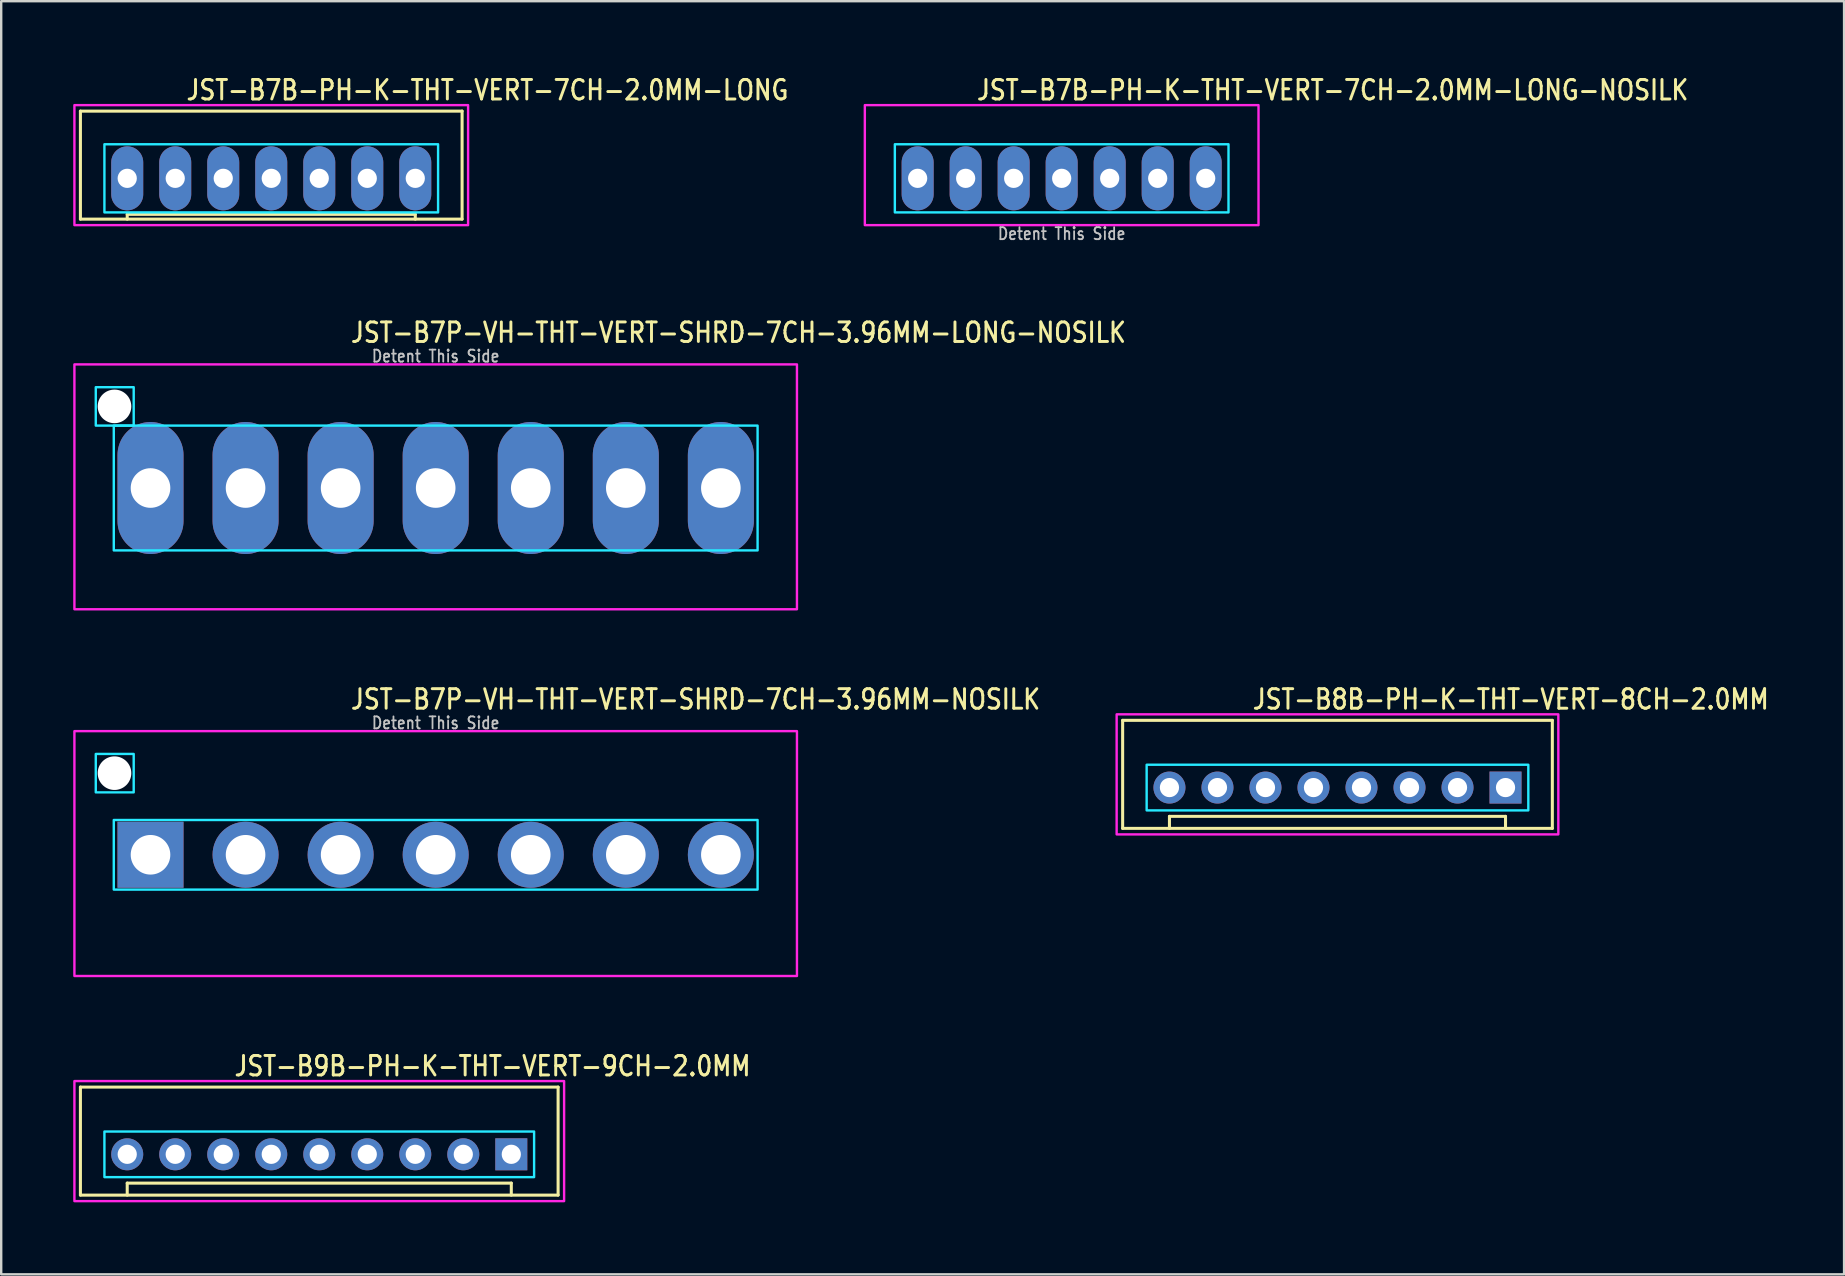
<source format=kicad_pcb>
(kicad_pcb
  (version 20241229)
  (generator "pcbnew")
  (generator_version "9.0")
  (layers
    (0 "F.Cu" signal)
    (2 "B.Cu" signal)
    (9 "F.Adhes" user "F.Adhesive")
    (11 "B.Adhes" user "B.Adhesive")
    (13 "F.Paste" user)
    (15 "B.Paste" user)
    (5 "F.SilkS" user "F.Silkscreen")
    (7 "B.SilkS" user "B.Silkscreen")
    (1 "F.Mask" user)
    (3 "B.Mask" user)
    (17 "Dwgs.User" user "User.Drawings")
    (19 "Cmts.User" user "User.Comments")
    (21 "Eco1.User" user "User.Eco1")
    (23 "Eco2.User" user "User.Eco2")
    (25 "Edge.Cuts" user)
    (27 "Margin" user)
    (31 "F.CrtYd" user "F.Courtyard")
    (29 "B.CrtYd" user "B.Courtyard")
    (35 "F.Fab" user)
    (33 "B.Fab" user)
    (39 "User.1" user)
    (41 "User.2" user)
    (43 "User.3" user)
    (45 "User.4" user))
  (footprint "JST-B7B-PH-K-THT-VERT-7CH-2.0MM-LONG"
    (layer "F.Cu")
    (at 8.25 4.379)
    (property "Reference" "JST-B7B-PH-K-THT-VERT-7CH-2.0MM-LONG" (at -3.6 -3.2 0) (unlocked yes) (layer "F.SilkS") (effects (font (size 0.813 0.695) (thickness 0.122)) (justify left bottom)))
    (fp_line (start -7.95 -2.8) (end -7.95 1.7) (stroke (width 0.127) (type solid)) (layer "F.SilkS"))
    (fp_line (start -7.95 -2.8) (end 7.95 -2.8) (stroke (width 0.127) (type solid)) (layer "F.SilkS"))
    (fp_line (start -7.95 1.7) (end 7.95 1.7) (stroke (width 0.127) (type solid)) (layer "F.SilkS"))
    (fp_line (start -6 1.7) (end -6 1.5) (stroke (width 0.127) (type solid)) (layer "F.SilkS"))
    (fp_line (start 6 1.5) (end -6 1.5) (stroke (width 0.127) (type solid)) (layer "F.SilkS"))
    (fp_line (start 6 1.7) (end 6 1.5) (stroke (width 0.127) (type solid)) (layer "F.SilkS"))
    (fp_line (start 7.95 1.7) (end 7.95 -2.8) (stroke (width 0.127) (type solid)) (layer "F.SilkS"))
    (fp_poly (pts (xy -6.95 -1.42) (xy -6.95 1.42) (xy 6.95 1.42) (xy 6.95 -1.42)) (stroke (width 0.1) (type solid)) (fill no) (layer "B.CrtYd"))
    (fp_poly (pts (xy -8.2 1.95) (xy -8.2 -3.05) (xy 8.2 -3.05) (xy 8.2 1.95)) (stroke (width 0.1) (type solid)) (fill no) (layer "F.CrtYd"))
    (pad "P$1" thru_hole oval (at 6 0 90) (size 2.667 1.333) (drill 0.8) (layers "*.Cu" "*.Mask"))
    (pad "P$2" thru_hole oval (at 4 0 90) (size 2.667 1.333) (drill 0.8) (layers "*.Cu" "*.Mask"))
    (pad "P$3" thru_hole oval (at 2 0 90) (size 2.667 1.333) (drill 0.8) (layers "*.Cu" "*.Mask"))
    (pad "P$4" thru_hole oval (at 0 0 90) (size 2.667 1.333) (drill 0.8) (layers "*.Cu" "*.Mask"))
    (pad "P$5" thru_hole oval (at -2 0 90) (size 2.667 1.333) (drill 0.8) (layers "*.Cu" "*.Mask"))
    (pad "P$6" thru_hole oval (at -4 0 90) (size 2.667 1.333) (drill 0.8) (layers "*.Cu" "*.Mask"))
    (pad "P$7" thru_hole oval (at -6 0 90) (size 2.667 1.333) (drill 0.8) (layers "*.Cu" "*.Mask")))
  (footprint "JST-B7P-VH-THT-VERT-SHRD-7CH-3.96MM-NOSILK"
    (layer "F.Cu")
    (at 15.1 32.559)
    (property "Reference" "JST-B7P-VH-THT-VERT-SHRD-7CH-3.96MM-NOSILK" (at -3.6 -6 0) (unlocked yes) (layer "F.SilkS") (effects (font (size 0.813 0.695) (thickness 0.122)) (justify left bottom)))
    (fp_poly (pts (xy -13.41 -1.45) (xy -13.41 1.45) (xy 13.41 1.45) (xy 13.41 -1.45)) (stroke (width 0.1) (type solid)) (fill no) (layer "B.CrtYd"))
    (fp_poly (pts (xy -12.58 -4.2) (xy -12.58 -2.6) (xy -14.16 -2.6) (xy -14.16 -4.2)) (stroke (width 0.1) (type solid)) (fill no) (layer "B.CrtYd"))
    (fp_poly (pts (xy -15.05 -5.15) (xy -15.05 5.05) (xy 15.05 5.05) (xy 15.05 -5.15)) (stroke (width 0.1) (type solid)) (fill no) (layer "F.CrtYd"))
    (fp_text user "Detent This Side" (at 0 -5.2 0) (unlocked yes) (layer "Dwgs.User") (effects (font (size 0.5 0.427) (thickness 0.075)) (justify bottom)))
    (pad "" np_thru_hole circle (at -13.38 -3.4) (size 1.4 1.4) (drill 1.4) (layers "*.Cu" "*.Mask"))
    (pad "P$1" thru_hole rect (at -11.88 0) (size 2.75 2.75) (drill 1.65) (layers "*.Cu" "*.Mask"))
    (pad "P$2" thru_hole oval (at -7.92 0) (size 2.75 2.75) (drill 1.65) (layers "*.Cu" "*.Mask"))
    (pad "P$3" thru_hole oval (at -3.96 0) (size 2.75 2.75) (drill 1.65) (layers "*.Cu" "*.Mask"))
    (pad "P$4" thru_hole oval (at 0 0) (size 2.75 2.75) (drill 1.65) (layers "*.Cu" "*.Mask"))
    (pad "P$5" thru_hole oval (at 3.96 0) (size 2.75 2.75) (drill 1.65) (layers "*.Cu" "*.Mask"))
    (pad "P$6" thru_hole oval (at 7.92 0) (size 2.75 2.75) (drill 1.65) (layers "*.Cu" "*.Mask"))
    (pad "P$7" thru_hole oval (at 11.88 0) (size 2.75 2.75) (drill 1.65) (layers "*.Cu" "*.Mask")))
  (footprint "JST-B9B-PH-K-THT-VERT-9CH-2.0MM"
    (layer "F.Cu")
    (at 10.25 45.037)
    (property "Reference" "JST-B9B-PH-K-THT-VERT-9CH-2.0MM" (at -3.6 -3.2 0) (unlocked yes) (layer "F.SilkS") (effects (font (size 0.813 0.695) (thickness 0.122)) (justify left bottom)))
    (fp_line (start -9.95 -2.8) (end -9.95 1.7) (stroke (width 0.127) (type solid)) (layer "F.SilkS"))
    (fp_line (start -9.95 -2.8) (end 9.95 -2.8) (stroke (width 0.127) (type solid)) (layer "F.SilkS"))
    (fp_line (start -9.95 1.7) (end 9.95 1.7) (stroke (width 0.127) (type solid)) (layer "F.SilkS"))
    (fp_line (start -8 1.7) (end -8 1.2) (stroke (width 0.127) (type solid)) (layer "F.SilkS"))
    (fp_line (start 8 1.2) (end -8 1.2) (stroke (width 0.127) (type solid)) (layer "F.SilkS"))
    (fp_line (start 8 1.7) (end 8 1.2) (stroke (width 0.127) (type solid)) (layer "F.SilkS"))
    (fp_line (start 9.95 1.7) (end 9.95 -2.8) (stroke (width 0.127) (type solid)) (layer "F.SilkS"))
    (fp_poly (pts (xy -8.95 -0.95) (xy -8.95 0.95) (xy 8.95 0.95) (xy 8.95 -0.95)) (stroke (width 0.1) (type solid)) (fill no) (layer "B.CrtYd"))
    (fp_poly (pts (xy -10.2 1.95) (xy -10.2 -3.05) (xy 10.2 -3.05) (xy 10.2 1.95)) (stroke (width 0.1) (type solid)) (fill no) (layer "F.CrtYd"))
    (pad "P$1" thru_hole rect (at 8 0) (size 1.333 1.333) (drill 0.8) (layers "*.Cu" "*.Mask"))
    (pad "P$2" thru_hole oval (at 6 0) (size 1.333 1.333) (drill 0.8) (layers "*.Cu" "*.Mask"))
    (pad "P$3" thru_hole oval (at 4 0) (size 1.333 1.333) (drill 0.8) (layers "*.Cu" "*.Mask"))
    (pad "P$4" thru_hole oval (at 2 0) (size 1.333 1.333) (drill 0.8) (layers "*.Cu" "*.Mask"))
    (pad "P$5" thru_hole oval (at 0 0) (size 1.333 1.333) (drill 0.8) (layers "*.Cu" "*.Mask"))
    (pad "P$6" thru_hole oval (at -2 0) (size 1.333 1.333) (drill 0.8) (layers "*.Cu" "*.Mask"))
    (pad "P$7" thru_hole oval (at -4 0) (size 1.333 1.333) (drill 0.8) (layers "*.Cu" "*.Mask"))
    (pad "P$8" thru_hole oval (at -6 0) (size 1.333 1.333) (drill 0.8) (layers "*.Cu" "*.Mask"))
    (pad "P$9" thru_hole oval (at -8 0) (size 1.333 1.333) (drill 0.8) (layers "*.Cu" "*.Mask")))
  (footprint "JST-B7B-PH-K-THT-VERT-7CH-2.0MM-LONG-NOSILK"
    (layer "F.Cu")
    (at 41.178 4.379)
    (property "Reference" "JST-B7B-PH-K-THT-VERT-7CH-2.0MM-LONG-NOSILK" (at -3.6 -3.2 0) (unlocked yes) (layer "F.SilkS") (effects (font (size 0.813 0.695) (thickness 0.122)) (justify left bottom)))
    (fp_poly (pts (xy -6.95 -1.42) (xy -6.95 1.42) (xy 6.95 1.42) (xy 6.95 -1.42)) (stroke (width 0.1) (type solid)) (fill no) (layer "B.CrtYd"))
    (fp_poly (pts (xy -8.2 1.95) (xy -8.2 -3.05) (xy 8.2 -3.05) (xy 8.2 1.95)) (stroke (width 0.1) (type solid)) (fill no) (layer "F.CrtYd"))
    (fp_text user "Detent This Side" (at 0 2.6 0) (unlocked yes) (layer "Dwgs.User") (effects (font (size 0.5 0.427) (thickness 0.075)) (justify bottom)))
    (pad "P$1" thru_hole oval (at 6 0 90) (size 2.667 1.333) (drill 0.8) (layers "*.Cu" "*.Mask"))
    (pad "P$2" thru_hole oval (at 4 0 90) (size 2.667 1.333) (drill 0.8) (layers "*.Cu" "*.Mask"))
    (pad "P$3" thru_hole oval (at 2 0 90) (size 2.667 1.333) (drill 0.8) (layers "*.Cu" "*.Mask"))
    (pad "P$4" thru_hole oval (at 0 0 90) (size 2.667 1.333) (drill 0.8) (layers "*.Cu" "*.Mask"))
    (pad "P$5" thru_hole oval (at -2 0 90) (size 2.667 1.333) (drill 0.8) (layers "*.Cu" "*.Mask"))
    (pad "P$6" thru_hole oval (at -4 0 90) (size 2.667 1.333) (drill 0.8) (layers "*.Cu" "*.Mask"))
    (pad "P$7" thru_hole oval (at -6 0 90) (size 2.667 1.333) (drill 0.8) (layers "*.Cu" "*.Mask")))
  (footprint "JST-B7P-VH-THT-VERT-SHRD-7CH-3.96MM-LONG-NOSILK"
    (layer "F.Cu")
    (at 15.1 17.28)
    (property "Reference" "JST-B7P-VH-THT-VERT-SHRD-7CH-3.96MM-LONG-NOSILK" (at -3.6 -6 0) (unlocked yes) (layer "F.SilkS") (effects (font (size 0.813 0.695) (thickness 0.122)) (justify left bottom)))
    (fp_poly (pts (xy -13.41 -2.6) (xy -13.41 2.6) (xy 13.41 2.6) (xy 13.41 -2.6)) (stroke (width 0.1) (type solid)) (fill no) (layer "B.CrtYd"))
    (fp_poly (pts (xy -12.58 -4.2) (xy -12.58 -2.6) (xy -14.16 -2.6) (xy -14.16 -4.2)) (stroke (width 0.1) (type solid)) (fill no) (layer "B.CrtYd"))
    (fp_poly (pts (xy -15.05 -5.15) (xy -15.05 5.05) (xy 15.05 5.05) (xy 15.05 -5.15)) (stroke (width 0.1) (type solid)) (fill no) (layer "F.CrtYd"))
    (fp_text user "Detent This Side" (at 0 -5.2 0) (unlocked yes) (layer "Dwgs.User") (effects (font (size 0.5 0.427) (thickness 0.075)) (justify bottom)))
    (pad "" np_thru_hole circle (at -13.38 -3.4) (size 1.4 1.4) (drill 1.4) (layers "*.Cu" "*.Mask"))
    (pad "P$1" thru_hole oval (at -11.88 0 90) (size 5.5 2.75) (drill 1.65) (layers "*.Cu" "*.Mask"))
    (pad "P$2" thru_hole oval (at -7.92 0 90) (size 5.5 2.75) (drill 1.65) (layers "*.Cu" "*.Mask"))
    (pad "P$3" thru_hole oval (at -3.96 0 90) (size 5.5 2.75) (drill 1.65) (layers "*.Cu" "*.Mask"))
    (pad "P$4" thru_hole oval (at 0 0 90) (size 5.5 2.75) (drill 1.65) (layers "*.Cu" "*.Mask"))
    (pad "P$5" thru_hole oval (at 3.96 0 90) (size 5.5 2.75) (drill 1.65) (layers "*.Cu" "*.Mask"))
    (pad "P$6" thru_hole oval (at 7.92 0 90) (size 5.5 2.75) (drill 1.65) (layers "*.Cu" "*.Mask"))
    (pad "P$7" thru_hole oval (at 11.88 0 90) (size 5.5 2.75) (drill 1.65) (layers "*.Cu" "*.Mask")))
  (footprint "JST-B8B-PH-K-THT-VERT-8CH-2.0MM"
    (layer "F.Cu")
    (at 52.668 29.759)
    (property "Reference" "JST-B8B-PH-K-THT-VERT-8CH-2.0MM" (at -3.6 -3.2 0) (unlocked yes) (layer "F.SilkS") (effects (font (size 0.813 0.695) (thickness 0.122)) (justify left bottom)))
    (fp_line (start -8.95 -2.8) (end -8.95 1.7) (stroke (width 0.127) (type solid)) (layer "F.SilkS"))
    (fp_line (start -8.95 -2.8) (end 8.95 -2.8) (stroke (width 0.127) (type solid)) (layer "F.SilkS"))
    (fp_line (start -8.95 1.7) (end 8.95 1.7) (stroke (width 0.127) (type solid)) (layer "F.SilkS"))
    (fp_line (start -7 1.7) (end -7 1.2) (stroke (width 0.127) (type solid)) (layer "F.SilkS"))
    (fp_line (start 7 1.2) (end -7 1.2) (stroke (width 0.127) (type solid)) (layer "F.SilkS"))
    (fp_line (start 7 1.7) (end 7 1.2) (stroke (width 0.127) (type solid)) (layer "F.SilkS"))
    (fp_line (start 8.95 1.7) (end 8.95 -2.8) (stroke (width 0.127) (type solid)) (layer "F.SilkS"))
    (fp_poly (pts (xy -7.95 -0.95) (xy -7.95 0.95) (xy 7.95 0.95) (xy 7.95 -0.95)) (stroke (width 0.1) (type solid)) (fill no) (layer "B.CrtYd"))
    (fp_poly (pts (xy -9.2 1.95) (xy -9.2 -3.05) (xy 9.2 -3.05) (xy 9.2 1.95)) (stroke (width 0.1) (type solid)) (fill no) (layer "F.CrtYd"))
    (pad "P$1" thru_hole rect (at 7 0) (size 1.333 1.333) (drill 0.8) (layers "*.Cu" "*.Mask"))
    (pad "P$2" thru_hole oval (at 5 0) (size 1.333 1.333) (drill 0.8) (layers "*.Cu" "*.Mask"))
    (pad "P$3" thru_hole oval (at 3 0) (size 1.333 1.333) (drill 0.8) (layers "*.Cu" "*.Mask"))
    (pad "P$4" thru_hole oval (at 1 0) (size 1.333 1.333) (drill 0.8) (layers "*.Cu" "*.Mask"))
    (pad "P$5" thru_hole oval (at -1 0) (size 1.333 1.333) (drill 0.8) (layers "*.Cu" "*.Mask"))
    (pad "P$6" thru_hole oval (at -3 0) (size 1.333 1.333) (drill 0.8) (layers "*.Cu" "*.Mask"))
    (pad "P$7" thru_hole oval (at -5 0) (size 1.333 1.333) (drill 0.8) (layers "*.Cu" "*.Mask"))
    (pad "P$8" thru_hole oval (at -7 0) (size 1.333 1.333) (drill 0.8) (layers "*.Cu" "*.Mask")))
  (gr_rect
    (start -3 -3)
    (end 73.772 50.037)
    (stroke (width 0.1) (type default))
    (fill no)
    (layer "Edge.Cuts")))
</source>
